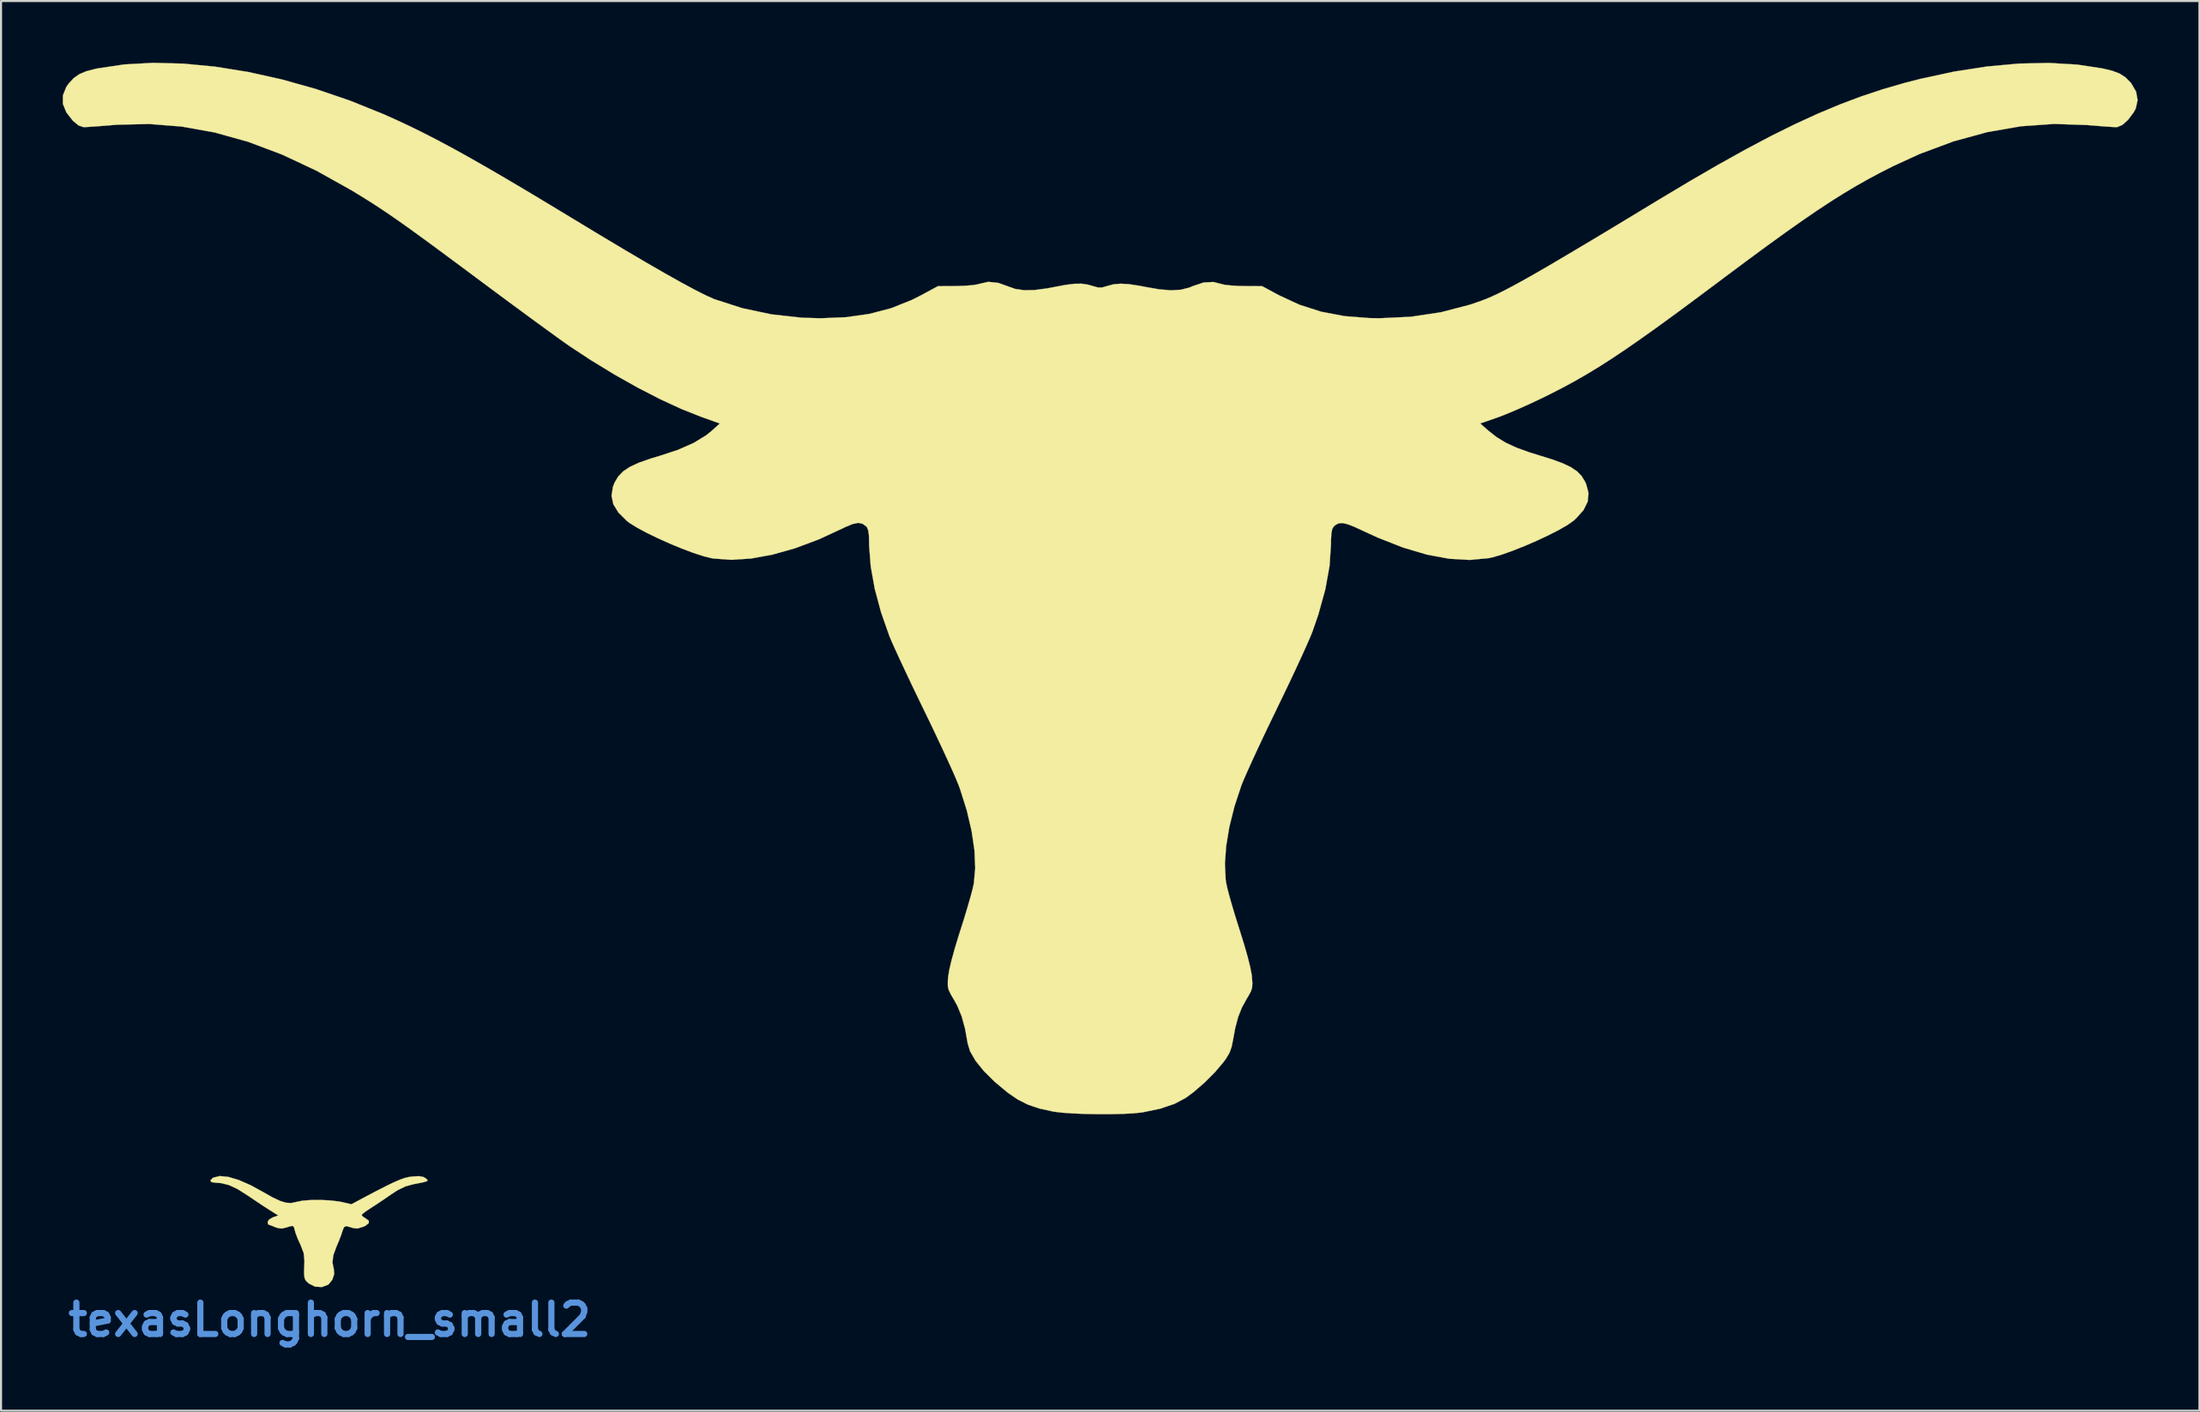
<source format=kicad_pcb>
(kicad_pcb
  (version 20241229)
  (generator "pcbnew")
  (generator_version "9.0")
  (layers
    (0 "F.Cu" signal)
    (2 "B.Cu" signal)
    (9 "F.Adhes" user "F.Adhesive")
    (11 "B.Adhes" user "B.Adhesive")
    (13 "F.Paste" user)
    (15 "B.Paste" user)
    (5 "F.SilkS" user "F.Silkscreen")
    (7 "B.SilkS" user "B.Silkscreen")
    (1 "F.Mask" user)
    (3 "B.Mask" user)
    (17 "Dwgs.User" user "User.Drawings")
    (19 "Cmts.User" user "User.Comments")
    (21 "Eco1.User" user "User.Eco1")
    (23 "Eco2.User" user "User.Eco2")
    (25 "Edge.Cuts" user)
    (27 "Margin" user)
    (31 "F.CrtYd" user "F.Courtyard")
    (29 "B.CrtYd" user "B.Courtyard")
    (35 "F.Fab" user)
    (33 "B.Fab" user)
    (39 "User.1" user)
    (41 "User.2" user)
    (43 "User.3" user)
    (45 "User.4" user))
  (footprint "texasLonghorn_small2"
    (layer "F.Cu")
    (at 12.411 56.808)
    (property "Reference" "texasLonghorn_small2" (at 0.55 4.29 0) (layer "Cmts.User") (effects (font (size 1.524 1.524) (thickness 0.3))))
    (attr smd)
    (fp_poly (pts (xy -4.37 -2.655) (xy -3.866 -2.506) (xy -3.284 -2.251) (xy -2.683 -1.922) (xy -2.217 -1.658) (xy -1.854 -1.487) (xy -1.563 -1.399) (xy -1.312 -1.385) (xy -1.069 -1.436) (xy -1.058 -1.439) (xy -0.762 -1.499) (xy -0.354 -1.53) (xy 0.113 -1.534) (xy 0.583 -1.51) (xy 1.002 -1.46) (xy 1.135 -1.434) (xy 1.614 -1.326) (xy 2.225 -1.652) (xy 2.821 -1.967) (xy 3.292 -2.208) (xy 3.662 -2.387) (xy 3.953 -2.513) (xy 4.188 -2.597) (xy 4.392 -2.647) (xy 4.572 -2.674) (xy 4.899 -2.69) (xy 5.114 -2.649) (xy 5.207 -2.595) (xy 5.293 -2.525) (xy 5.312 -2.474) (xy 5.241 -2.431) (xy 5.058 -2.384) (xy 4.738 -2.321) (xy 4.614 -2.297) (xy 4.235 -2.193) (xy 3.862 -2.012) (xy 3.534 -1.799) (xy 3.195 -1.565) (xy 2.842 -1.328) (xy 2.549 -1.139) (xy 2.535 -1.13) (xy 2.307 -0.978) (xy 2.152 -0.856) (xy 2.107 -0.801) (xy 2.173 -0.721) (xy 2.292 -0.645) (xy 2.455 -0.527) (xy 2.457 -0.41) (xy 2.295 -0.282) (xy 2.216 -0.241) (xy 1.905 -0.146) (xy 1.708 -0.167) (xy 1.495 -0.229) (xy 1.362 -0.266) (xy 1.253 -0.215) (xy 1.182 -0.042) (xy 1.113 0.173) (xy 1 0.467) (xy 0.899 0.701) (xy 0.736 1.14) (xy 0.689 1.5) (xy 0.754 1.816) (xy 0.756 1.82) (xy 0.775 2.07) (xy 0.684 2.343) (xy 0.508 2.563) (xy 0.48 2.584) (xy 0.182 2.698) (xy -0.15 2.679) (xy -0.451 2.531) (xy -0.472 2.513) (xy -0.579 2.414) (xy -0.646 2.313) (xy -0.68 2.171) (xy -0.688 1.952) (xy -0.677 1.617) (xy -0.669 1.439) (xy -0.708 1.04) (xy -0.865 0.635) (xy -0.999 0.344) (xy -1.103 0.068) (xy -1.137 -0.052) (xy -1.181 -0.219) (xy -1.252 -0.275) (xy -1.405 -0.243) (xy -1.507 -0.208) (xy -1.759 -0.145) (xy -1.972 -0.17) (xy -2.106 -0.219) (xy -2.301 -0.298) (xy -2.416 -0.337) (xy -2.423 -0.339) (xy -2.452 -0.408) (xy -2.455 -0.47) (xy -2.383 -0.586) (xy -2.209 -0.687) (xy -2.199 -0.691) (xy -1.943 -0.78) (xy -2.365 -1.046) (xy -2.638 -1.222) (xy -2.985 -1.453) (xy -3.341 -1.694) (xy -3.428 -1.753) (xy -3.915 -2.061) (xy -4.329 -2.255) (xy -4.711 -2.352) (xy -4.974 -2.37) (xy -5.184 -2.401) (xy -5.242 -2.48) (xy -5.14 -2.589) (xy -5.086 -2.622) (xy -4.781 -2.695) (xy -4.37 -2.655)) (stroke (width 0.01) (type solid)) (fill yes) (layer "F.SilkS")))
  (footprint "texasLonghorn"
    (layer "F.Cu")
    (at 50.521 25.459)
    (property "Reference" "texasLonghorn" (at 0 0 0) (layer "F.SilkS") (effects (font (size 1.524 1.524) (thickness 0.3))))
    (attr through_hole)
    (fp_poly (pts (xy -44.659 -25.416) (xy -43.109 -25.267) (xy -41.507 -25.01) (xy -39.87 -24.646) (xy -38.214 -24.18) (xy -36.556 -23.613) (xy -34.976 -22.975) (xy -34.323 -22.684) (xy -33.666 -22.377) (xy -32.992 -22.045) (xy -32.285 -21.681) (xy -31.53 -21.277) (xy -30.715 -20.824) (xy -29.824 -20.315) (xy -28.843 -19.742) (xy -27.757 -19.097) (xy -26.553 -18.372) (xy -25.781 -17.904) (xy -24.439 -17.092) (xy -23.238 -16.374) (xy -22.174 -15.747) (xy -21.248 -15.213) (xy -20.458 -14.77) (xy -19.803 -14.417) (xy -19.281 -14.154) (xy -18.892 -13.98) (xy -18.852 -13.964) (xy -17.506 -13.529) (xy -16.082 -13.228) (xy -14.612 -13.066) (xy -13.705 -13.039) (xy -12.465 -13.091) (xy -11.332 -13.252) (xy -10.282 -13.527) (xy -9.287 -13.923) (xy -8.805 -14.166) (xy -8.001 -14.6) (xy -7.112 -14.605) (xy -6.703 -14.618) (xy -6.342 -14.646) (xy -6.077 -14.687) (xy -5.985 -14.714) (xy -5.554 -14.81) (xy -5.067 -14.758) (xy -4.644 -14.606) (xy -4.253 -14.467) (xy -3.817 -14.402) (xy -3.305 -14.412) (xy -2.686 -14.494) (xy -2.328 -14.563) (xy -1.783 -14.665) (xy -1.359 -14.716) (xy -1.016 -14.719) (xy -0.713 -14.673) (xy -0.488 -14.608) (xy -0.228 -14.536) (xy -0.023 -14.536) (xy 0.213 -14.605) (xy 0.529 -14.69) (xy 0.874 -14.72) (xy 1.285 -14.696) (xy 1.801 -14.616) (xy 2.074 -14.563) (xy 2.758 -14.444) (xy 3.319 -14.398) (xy 3.789 -14.425) (xy 4.199 -14.527) (xy 4.39 -14.606) (xy 4.905 -14.778) (xy 5.383 -14.803) (xy 5.731 -14.714) (xy 5.919 -14.668) (xy 6.231 -14.632) (xy 6.618 -14.61) (xy 6.858 -14.605) (xy 7.747 -14.6) (xy 8.551 -14.166) (xy 9.555 -13.699) (xy 10.61 -13.36) (xy 11.737 -13.145) (xy 12.961 -13.048) (xy 13.456 -13.04) (xy 14.979 -13.113) (xy 16.431 -13.331) (xy 17.836 -13.697) (xy 18.391 -13.887) (xy 18.639 -13.983) (xy 18.909 -14.098) (xy 19.211 -14.239) (xy 19.553 -14.41) (xy 19.947 -14.617) (xy 20.401 -14.866) (xy 20.925 -15.162) (xy 21.529 -15.51) (xy 22.222 -15.917) (xy 23.014 -16.387) (xy 23.915 -16.925) (xy 24.933 -17.538) (xy 26.079 -18.231) (xy 26.966 -18.769) (xy 28.51 -19.694) (xy 29.936 -20.52) (xy 31.259 -21.257) (xy 32.495 -21.91) (xy 33.659 -22.486) (xy 34.766 -22.993) (xy 35.831 -23.438) (xy 36.87 -23.828) (xy 37.898 -24.17) (xy 38.93 -24.47) (xy 39.709 -24.671) (xy 41.367 -25.029) (xy 42.975 -25.278) (xy 44.518 -25.419) (xy 45.98 -25.449) (xy 47.346 -25.369) (xy 48.569 -25.184) (xy 49.05 -25.068) (xy 49.407 -24.933) (xy 49.685 -24.755) (xy 49.929 -24.51) (xy 49.975 -24.454) (xy 50.208 -24.053) (xy 50.281 -23.639) (xy 50.19 -23.233) (xy 50.1 -23.064) (xy 49.821 -22.689) (xy 49.546 -22.44) (xy 49.296 -22.333) (xy 49.261 -22.33) (xy 49.109 -22.335) (xy 48.823 -22.353) (xy 48.442 -22.382) (xy 47.999 -22.418) (xy 47.826 -22.432) (xy 46.227 -22.486) (xy 44.612 -22.372) (xy 42.983 -22.089) (xy 41.339 -21.639) (xy 39.683 -21.022) (xy 38.414 -20.439) (xy 37.8 -20.128) (xy 37.204 -19.81) (xy 36.611 -19.475) (xy 36.006 -19.114) (xy 35.375 -18.717) (xy 34.704 -18.274) (xy 33.977 -17.776) (xy 33.18 -17.213) (xy 32.298 -16.576) (xy 31.318 -15.854) (xy 30.223 -15.038) (xy 29.93 -14.818) (xy 28.816 -13.986) (xy 27.821 -13.249) (xy 26.928 -12.599) (xy 26.124 -12.027) (xy 25.395 -11.521) (xy 24.725 -11.073) (xy 24.1 -10.673) (xy 23.505 -10.312) (xy 22.927 -9.98) (xy 22.349 -9.667) (xy 21.759 -9.364) (xy 21.294 -9.135) (xy 20.782 -8.894) (xy 20.254 -8.656) (xy 19.755 -8.443) (xy 19.333 -8.273) (xy 19.141 -8.203) (xy 18.343 -7.927) (xy 18.752 -7.566) (xy 19.151 -7.253) (xy 19.595 -6.985) (xy 20.117 -6.745) (xy 20.754 -6.516) (xy 21.167 -6.389) (xy 21.831 -6.182) (xy 22.35 -5.991) (xy 22.747 -5.802) (xy 23.044 -5.602) (xy 23.264 -5.377) (xy 23.427 -5.115) (xy 23.491 -4.976) (xy 23.604 -4.539) (xy 23.563 -4.124) (xy 23.363 -3.719) (xy 23 -3.311) (xy 22.86 -3.188) (xy 22.571 -2.985) (xy 22.156 -2.747) (xy 21.648 -2.488) (xy 21.083 -2.223) (xy 20.496 -1.97) (xy 19.92 -1.741) (xy 19.391 -1.553) (xy 18.944 -1.422) (xy 18.757 -1.381) (xy 17.841 -1.294) (xy 16.84 -1.351) (xy 15.759 -1.551) (xy 14.602 -1.893) (xy 13.374 -2.375) (xy 12.709 -2.68) (xy 12.249 -2.894) (xy 11.909 -3.028) (xy 11.658 -3.086) (xy 11.471 -3.075) (xy 11.317 -2.997) (xy 11.224 -2.915) (xy 11.154 -2.795) (xy 11.112 -2.588) (xy 11.093 -2.261) (xy 11.091 -2.047) (xy 11.023 -1.006) (xy 10.818 0.132) (xy 10.478 1.362) (xy 10.191 2.191) (xy 10.084 2.456) (xy 9.913 2.849) (xy 9.687 3.348) (xy 9.419 3.929) (xy 9.118 4.57) (xy 8.794 5.248) (xy 8.466 5.927) (xy 8.132 6.618) (xy 7.808 7.296) (xy 7.507 7.938) (xy 7.239 8.52) (xy 7.014 9.019) (xy 6.842 9.412) (xy 6.737 9.673) (xy 6.403 10.686) (xy 6.156 11.674) (xy 6 12.612) (xy 5.938 13.474) (xy 5.975 14.234) (xy 6.003 14.422) (xy 6.06 14.68) (xy 6.161 15.064) (xy 6.296 15.537) (xy 6.455 16.065) (xy 6.627 16.613) (xy 6.649 16.68) (xy 6.865 17.373) (xy 7.04 17.983) (xy 7.166 18.486) (xy 7.238 18.861) (xy 7.249 18.952) (xy 7.273 19.271) (xy 7.262 19.491) (xy 7.198 19.686) (xy 7.066 19.925) (xy 6.998 20.035) (xy 6.762 20.468) (xy 6.582 20.923) (xy 6.441 21.452) (xy 6.341 21.995) (xy 6.265 22.374) (xy 6.161 22.664) (xy 5.994 22.944) (xy 5.87 23.115) (xy 5.455 23.606) (xy 4.949 24.112) (xy 4.413 24.575) (xy 4.034 24.855) (xy 3.487 25.145) (xy 2.792 25.379) (xy 1.964 25.551) (xy 1.889 25.563) (xy 1.495 25.604) (xy 0.979 25.63) (xy 0.381 25.644) (xy -0.256 25.644) (xy -0.891 25.632) (xy -1.484 25.607) (xy -1.993 25.571) (xy -2.376 25.523) (xy -2.392 25.52) (xy -3.069 25.371) (xy -3.631 25.182) (xy -4.128 24.932) (xy -4.606 24.603) (xy -5.245 24.072) (xy -5.771 23.55) (xy -6.173 23.052) (xy -6.44 22.592) (xy -6.557 22.211) (xy -6.686 21.486) (xy -6.85 20.888) (xy -7.061 20.378) (xy -7.213 20.102) (xy -7.385 19.809) (xy -7.484 19.599) (xy -7.524 19.409) (xy -7.523 19.18) (xy -7.503 18.949) (xy -7.45 18.626) (xy -7.343 18.169) (xy -7.186 17.6) (xy -6.987 16.943) (xy -6.903 16.68) (xy -6.729 16.132) (xy -6.569 15.6) (xy -6.43 15.118) (xy -6.324 14.722) (xy -6.261 14.447) (xy -6.257 14.423) (xy -6.191 13.677) (xy -6.228 12.823) (xy -6.366 11.885) (xy -6.599 10.887) (xy -6.926 9.852) (xy -6.991 9.673) (xy -7.1 9.403) (xy -7.273 9.004) (xy -7.5 8.502) (xy -7.769 7.919) (xy -8.069 7.279) (xy -8.39 6.606) (xy -8.678 6.011) (xy -9.007 5.332) (xy -9.325 4.668) (xy -9.62 4.043) (xy -9.883 3.48) (xy -10.102 3.001) (xy -10.267 2.632) (xy -10.359 2.413) (xy -10.768 1.247) (xy -11.073 0.109) (xy -11.267 -0.972) (xy -11.344 -1.969) (xy -11.345 -2.089) (xy -11.355 -2.48) (xy -11.39 -2.734) (xy -11.453 -2.885) (xy -11.478 -2.915) (xy -11.663 -3.052) (xy -11.874 -3.095) (xy -12.145 -3.041) (xy -12.509 -2.889) (xy -12.626 -2.831) (xy -13.803 -2.288) (xy -14.948 -1.86) (xy -16.045 -1.551) (xy -17.08 -1.362) (xy -18.039 -1.299) (xy -18.908 -1.363) (xy -19.011 -1.381) (xy -19.403 -1.478) (xy -19.895 -1.639) (xy -20.45 -1.848) (xy -21.036 -2.091) (xy -21.617 -2.352) (xy -22.158 -2.615) (xy -22.626 -2.866) (xy -22.984 -3.089) (xy -23.114 -3.188) (xy -23.525 -3.597) (xy -23.773 -4.001) (xy -23.861 -4.412) (xy -23.793 -4.844) (xy -23.714 -5.047) (xy -23.542 -5.342) (xy -23.301 -5.594) (xy -22.97 -5.816) (xy -22.527 -6.021) (xy -21.951 -6.223) (xy -21.548 -6.343) (xy -20.635 -6.643) (xy -19.868 -6.982) (xy -19.255 -7.357) (xy -19.001 -7.563) (xy -18.599 -7.926) (xy -19.497 -8.246) (xy -20.442 -8.62) (xy -21.479 -9.098) (xy -22.58 -9.664) (xy -23.715 -10.303) (xy -24.856 -11) (xy -25.866 -11.664) (xy -26.122 -11.843) (xy -26.497 -12.111) (xy -26.971 -12.455) (xy -27.527 -12.86) (xy -28.148 -13.316) (xy -28.815 -13.807) (xy -29.511 -14.323) (xy -30.217 -14.848) (xy -30.226 -14.854) (xy -31.144 -15.538) (xy -31.941 -16.129) (xy -32.633 -16.64) (xy -33.235 -17.079) (xy -33.76 -17.459) (xy -34.225 -17.788) (xy -34.643 -18.078) (xy -35.029 -18.338) (xy -35.399 -18.58) (xy -35.767 -18.814) (xy -36.149 -19.049) (xy -36.515 -19.272) (xy -38.209 -20.219) (xy -39.875 -21) (xy -41.516 -21.617) (xy -43.135 -22.069) (xy -44.736 -22.357) (xy -46.321 -22.483) (xy -47.893 -22.447) (xy -48.08 -22.432) (xy -48.536 -22.394) (xy -48.944 -22.363) (xy -49.27 -22.341) (xy -49.476 -22.33) (xy -49.515 -22.33) (xy -49.76 -22.414) (xy -50.032 -22.643) (xy -50.312 -23) (xy -50.354 -23.064) (xy -50.516 -23.461) (xy -50.514 -23.874) (xy -50.35 -24.283) (xy -50.229 -24.454) (xy -49.987 -24.714) (xy -49.719 -24.903) (xy -49.381 -25.045) (xy -48.927 -25.163) (xy -48.823 -25.184) (xy -47.533 -25.377) (xy -46.139 -25.454) (xy -44.659 -25.416)) (stroke (width 0.01) (type solid)) (fill yes) (layer "F.SilkS")))
  (gr_rect
    (start -3 -3)
    (end 103.806 65.516)
    (stroke (width 0.1) (type default))
    (fill no)
    (layer "Edge.Cuts")))
</source>
